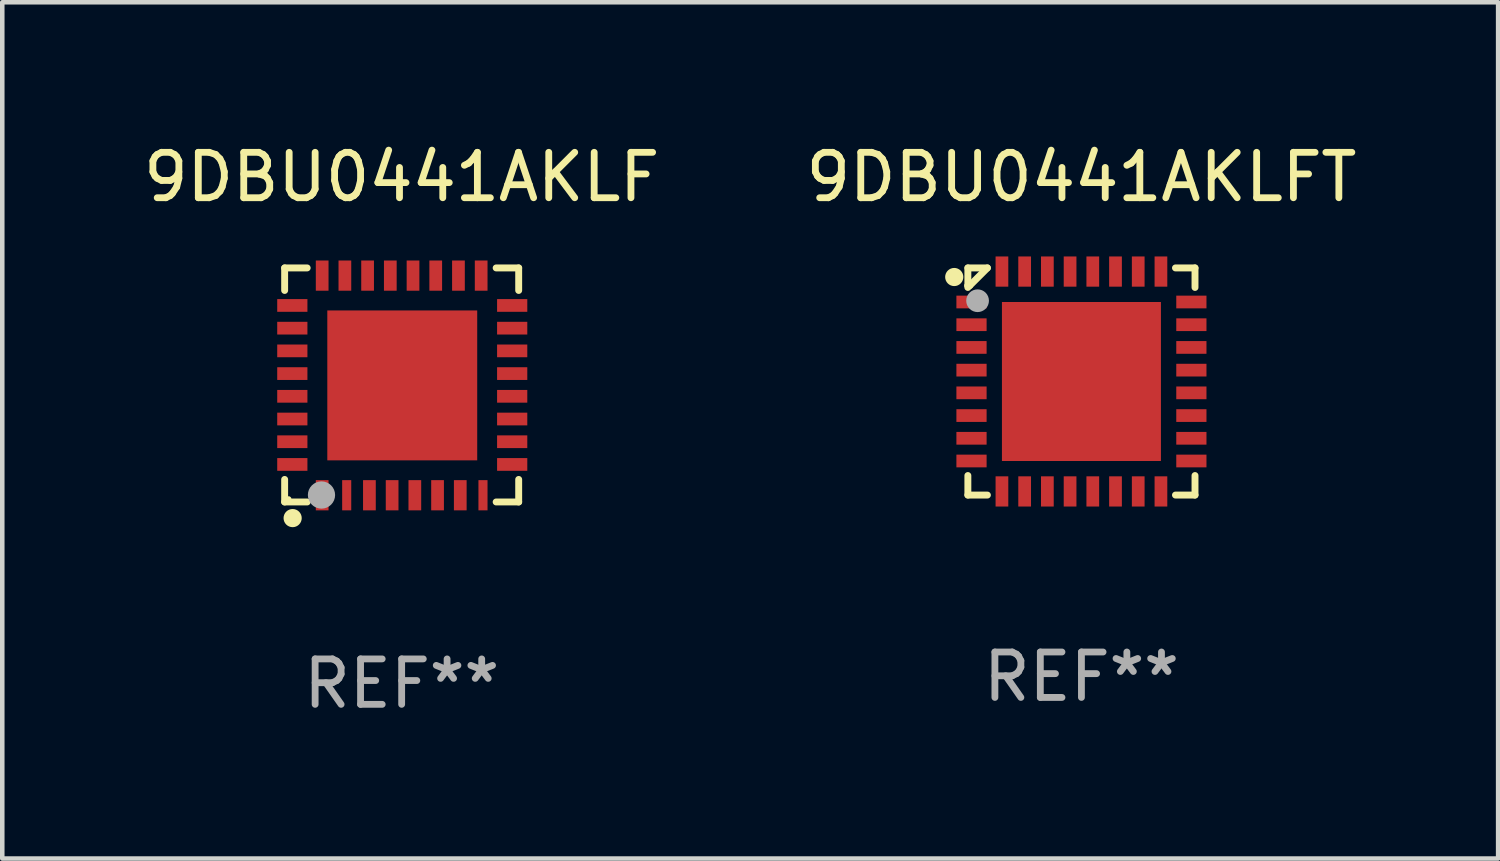
<source format=kicad_pcb>
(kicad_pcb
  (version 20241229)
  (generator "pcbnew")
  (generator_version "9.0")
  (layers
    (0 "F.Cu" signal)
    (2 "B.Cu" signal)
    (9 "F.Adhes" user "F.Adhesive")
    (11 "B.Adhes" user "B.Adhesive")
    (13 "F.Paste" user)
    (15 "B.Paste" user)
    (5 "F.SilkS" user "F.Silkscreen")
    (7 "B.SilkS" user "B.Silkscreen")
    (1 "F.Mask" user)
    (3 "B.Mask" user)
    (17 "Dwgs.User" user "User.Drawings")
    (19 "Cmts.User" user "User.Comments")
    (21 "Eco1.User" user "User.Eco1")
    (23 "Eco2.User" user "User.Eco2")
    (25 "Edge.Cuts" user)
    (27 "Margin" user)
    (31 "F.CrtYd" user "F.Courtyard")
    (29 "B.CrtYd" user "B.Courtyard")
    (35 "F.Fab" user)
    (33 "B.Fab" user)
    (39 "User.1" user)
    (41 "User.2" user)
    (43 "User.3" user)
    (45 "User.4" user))
  (footprint "9DBU0441AKLFT"
    (layer "F.Cu")
    (at 20.756 5.348)
    (property "Reference" "9DBU0441AKLFT" (at 0 -4.5 0) (layer "F.SilkS") (effects (font (size 1 1) (thickness 0.15))))
    (attr through_hole)
    (fp_line (start -2.5 -2.5) (end -2.07 -2.5) (stroke (width 0.152) (type solid)) (layer "F.SilkS"))
    (fp_line (start -2.5 -2.11) (end -2.5 -2.5) (stroke (width 0.152) (type solid)) (layer "F.SilkS"))
    (fp_line (start -2.5 -2.11) (end -2.5 -2.07) (stroke (width 0.152) (type solid)) (layer "F.SilkS"))
    (fp_line (start -2.5 -2.11) (end -2.46 -2.11) (stroke (width 0.152) (type solid)) (layer "F.SilkS"))
    (fp_line (start -2.5 2.5) (end -2.5 2.07) (stroke (width 0.152) (type solid)) (layer "F.SilkS"))
    (fp_line (start -2.46 -2.11) (end -2.07 -2.5) (stroke (width 0.152) (type solid)) (layer "F.SilkS"))
    (fp_line (start -2.07 2.5) (end -2.5 2.5) (stroke (width 0.152) (type solid)) (layer "F.SilkS"))
    (fp_line (start 2.07 -2.5) (end 2.5 -2.5) (stroke (width 0.152) (type solid)) (layer "F.SilkS"))
    (fp_line (start 2.5 -2.5) (end 2.5 -2.07) (stroke (width 0.152) (type solid)) (layer "F.SilkS"))
    (fp_line (start 2.5 2.07) (end 2.5 2.5) (stroke (width 0.152) (type solid)) (layer "F.SilkS"))
    (fp_line (start 2.5 2.5) (end 2.07 2.5) (stroke (width 0.152) (type solid)) (layer "F.SilkS"))
    (fp_circle (center -2.8 -2.3) (end -2.7 -2.3) (stroke (width 0.2) (type solid)) (fill no) (layer "F.SilkS"))
    (fp_circle (center -2.5 -2.5) (end -2.47 -2.5) (stroke (width 0.06) (type solid)) (fill no) (layer "F.SilkS"))
    (fp_circle (center -2.286 -1.778) (end -2.161 -1.778) (stroke (width 0.25) (type solid)) (fill no) (layer "F.Fab"))
    (fp_text user "REF**" (at 0 6.5 0) (layer "F.Fab") (effects (font (size 1 1) (thickness 0.15))))
    (pad "1" smd rect (at -2.42 -1.75 270) (size 0.28 0.665) (layers "F.Cu" "F.Mask" "F.Paste"))
    (pad "2" smd rect (at -2.42 -1.25 270) (size 0.28 0.665) (layers "F.Cu" "F.Mask" "F.Paste"))
    (pad "3" smd rect (at -2.42 -0.75 270) (size 0.28 0.665) (layers "F.Cu" "F.Mask" "F.Paste"))
    (pad "4" smd rect (at -2.42 -0.25 270) (size 0.28 0.665) (layers "F.Cu" "F.Mask" "F.Paste"))
    (pad "5" smd rect (at -2.42 0.25 270) (size 0.28 0.665) (layers "F.Cu" "F.Mask" "F.Paste"))
    (pad "6" smd rect (at -2.42 0.75 270) (size 0.28 0.665) (layers "F.Cu" "F.Mask" "F.Paste"))
    (pad "7" smd rect (at -2.42 1.25 270) (size 0.28 0.665) (layers "F.Cu" "F.Mask" "F.Paste"))
    (pad "8" smd rect (at -2.42 1.75 270) (size 0.28 0.665) (layers "F.Cu" "F.Mask" "F.Paste"))
    (pad "9" smd rect (at -1.75 2.42 270) (size 0.665 0.28) (layers "F.Cu" "F.Mask" "F.Paste"))
    (pad "10" smd rect (at -1.25 2.42 270) (size 0.665 0.28) (layers "F.Cu" "F.Mask" "F.Paste"))
    (pad "11" smd rect (at -0.75 2.42 270) (size 0.665 0.28) (layers "F.Cu" "F.Mask" "F.Paste"))
    (pad "12" smd rect (at -0.25 2.42 270) (size 0.665 0.28) (layers "F.Cu" "F.Mask" "F.Paste"))
    (pad "13" smd rect (at 0.25 2.42 270) (size 0.665 0.28) (layers "F.Cu" "F.Mask" "F.Paste"))
    (pad "14" smd rect (at 0.75 2.42 270) (size 0.665 0.28) (layers "F.Cu" "F.Mask" "F.Paste"))
    (pad "15" smd rect (at 1.25 2.42 270) (size 0.665 0.28) (layers "F.Cu" "F.Mask" "F.Paste"))
    (pad "16" smd rect (at 1.75 2.42 270) (size 0.665 0.28) (layers "F.Cu" "F.Mask" "F.Paste"))
    (pad "17" smd rect (at 2.42 1.75 270) (size 0.28 0.665) (layers "F.Cu" "F.Mask" "F.Paste"))
    (pad "18" smd rect (at 2.42 1.25 270) (size 0.28 0.665) (layers "F.Cu" "F.Mask" "F.Paste"))
    (pad "19" smd rect (at 2.42 0.75 270) (size 0.28 0.665) (layers "F.Cu" "F.Mask" "F.Paste"))
    (pad "20" smd rect (at 2.42 0.25 270) (size 0.28 0.665) (layers "F.Cu" "F.Mask" "F.Paste"))
    (pad "21" smd rect (at 2.42 -0.25 270) (size 0.28 0.665) (layers "F.Cu" "F.Mask" "F.Paste"))
    (pad "22" smd rect (at 2.42 -0.75 270) (size 0.28 0.665) (layers "F.Cu" "F.Mask" "F.Paste"))
    (pad "23" smd rect (at 2.42 -1.25 270) (size 0.28 0.665) (layers "F.Cu" "F.Mask" "F.Paste"))
    (pad "24" smd rect (at 2.42 -1.75 270) (size 0.28 0.665) (layers "F.Cu" "F.Mask" "F.Paste"))
    (pad "25" smd rect (at 1.75 -2.42 270) (size 0.665 0.28) (layers "F.Cu" "F.Mask" "F.Paste"))
    (pad "26" smd rect (at 1.25 -2.42 270) (size 0.665 0.28) (layers "F.Cu" "F.Mask" "F.Paste"))
    (pad "27" smd rect (at 0.75 -2.42 270) (size 0.665 0.28) (layers "F.Cu" "F.Mask" "F.Paste"))
    (pad "28" smd rect (at 0.25 -2.42 270) (size 0.665 0.28) (layers "F.Cu" "F.Mask" "F.Paste"))
    (pad "29" smd rect (at -0.25 -2.42 270) (size 0.665 0.28) (layers "F.Cu" "F.Mask" "F.Paste"))
    (pad "30" smd rect (at -0.75 -2.42 270) (size 0.665 0.28) (layers "F.Cu" "F.Mask" "F.Paste"))
    (pad "31" smd rect (at -1.25 -2.42 270) (size 0.665 0.28) (layers "F.Cu" "F.Mask" "F.Paste"))
    (pad "32" smd rect (at -1.75 -2.42 270) (size 0.665 0.28) (layers "F.Cu" "F.Mask" "F.Paste"))
    (pad "33" smd rect (at 0 0 270) (size 3.5 3.5) (layers "F.Cu" "F.Mask" "F.Paste")))
  (footprint "9DBU0441AKLF"
    (layer "F.Cu")
    (at 5.792 5.424)
    (property "Reference" "9DBU0441AKLF" (at 0 -4.576 0) (layer "F.SilkS") (effects (font (size 1 1) (thickness 0.15))))
    (attr through_hole)
    (fp_line (start -2.576 -2.576) (end -2.576 -2.08) (stroke (width 0.152) (type solid)) (layer "F.SilkS"))
    (fp_line (start -2.576 2.576) (end -2.576 2.08) (stroke (width 0.152) (type solid)) (layer "F.SilkS"))
    (fp_line (start -2.08 -2.576) (end -2.576 -2.576) (stroke (width 0.152) (type solid)) (layer "F.SilkS"))
    (fp_line (start -2.08 2.576) (end -2.576 2.576) (stroke (width 0.152) (type solid)) (layer "F.SilkS"))
    (fp_line (start 2.08 -2.576) (end 2.576 -2.576) (stroke (width 0.152) (type solid)) (layer "F.SilkS"))
    (fp_line (start 2.08 2.576) (end 2.576 2.576) (stroke (width 0.152) (type solid)) (layer "F.SilkS"))
    (fp_line (start 2.576 -2.576) (end 2.576 -2.08) (stroke (width 0.152) (type solid)) (layer "F.SilkS"))
    (fp_line (start 2.576 2.576) (end 2.576 2.08) (stroke (width 0.152) (type solid)) (layer "F.SilkS"))
    (fp_circle (center -2.487 2.51) (end -2.457 2.51) (stroke (width 0.06) (type solid)) (fill no) (layer "F.SilkS"))
    (fp_circle (center -2.4 2.931) (end -2.3 2.931) (stroke (width 0.2) (type solid)) (fill no) (layer "F.SilkS"))
    (fp_circle (center -1.765 2.423) (end -1.615 2.423) (stroke (width 0.3) (type solid)) (fill no) (layer "F.Fab"))
    (fp_text user "REF**" (at 0 6.576 0) (layer "F.Fab") (effects (font (size 1 1) (thickness 0.15))))
    (pad "1" smd rect (at -1.75 2.428) (size 0.28 0.665) (layers "F.Cu" "F.Mask" "F.Paste"))
    (pad "2" smd rect (at -1.21 2.428) (size 0.2 0.665) (layers "F.Cu" "F.Mask" "F.Paste"))
    (pad "3" smd rect (at -0.71 2.428) (size 0.28 0.665) (layers "F.Cu" "F.Mask" "F.Paste"))
    (pad "4" smd rect (at -0.21 2.428) (size 0.28 0.665) (layers "F.Cu" "F.Mask" "F.Paste"))
    (pad "5" smd rect (at 0.29 2.428) (size 0.28 0.665) (layers "F.Cu" "F.Mask" "F.Paste"))
    (pad "6" smd rect (at 0.79 2.428) (size 0.28 0.665) (layers "F.Cu" "F.Mask" "F.Paste"))
    (pad "7" smd rect (at 1.29 2.428) (size 0.28 0.665) (layers "F.Cu" "F.Mask" "F.Paste"))
    (pad "8" smd rect (at 1.79 2.428) (size 0.2 0.665) (layers "F.Cu" "F.Mask" "F.Paste"))
    (pad "9" smd rect (at 2.433 1.75) (size 0.665 0.28) (layers "F.Cu" "F.Mask" "F.Paste"))
    (pad "10" smd rect (at 2.433 1.25) (size 0.665 0.28) (layers "F.Cu" "F.Mask" "F.Paste"))
    (pad "11" smd rect (at 2.433 0.75) (size 0.665 0.28) (layers "F.Cu" "F.Mask" "F.Paste"))
    (pad "12" smd rect (at 2.433 0.25) (size 0.665 0.28) (layers "F.Cu" "F.Mask" "F.Paste"))
    (pad "13" smd rect (at 2.433 -0.25) (size 0.665 0.28) (layers "F.Cu" "F.Mask" "F.Paste"))
    (pad "14" smd rect (at 2.433 -0.75) (size 0.665 0.28) (layers "F.Cu" "F.Mask" "F.Paste"))
    (pad "15" smd rect (at 2.433 -1.25) (size 0.665 0.28) (layers "F.Cu" "F.Mask" "F.Paste"))
    (pad "16" smd rect (at 2.433 -1.75) (size 0.665 0.28) (layers "F.Cu" "F.Mask" "F.Paste"))
    (pad "17" smd rect (at 1.75 -2.407) (size 0.28 0.665) (layers "F.Cu" "F.Mask" "F.Paste"))
    (pad "18" smd rect (at 1.25 -2.407) (size 0.28 0.665) (layers "F.Cu" "F.Mask" "F.Paste"))
    (pad "19" smd rect (at 0.75 -2.407) (size 0.28 0.665) (layers "F.Cu" "F.Mask" "F.Paste"))
    (pad "20" smd rect (at 0.25 -2.407) (size 0.28 0.665) (layers "F.Cu" "F.Mask" "F.Paste"))
    (pad "21" smd rect (at -0.25 -2.407) (size 0.28 0.665) (layers "F.Cu" "F.Mask" "F.Paste"))
    (pad "22" smd rect (at -0.75 -2.407) (size 0.28 0.665) (layers "F.Cu" "F.Mask" "F.Paste"))
    (pad "23" smd rect (at -1.25 -2.407) (size 0.28 0.665) (layers "F.Cu" "F.Mask" "F.Paste"))
    (pad "24" smd rect (at -1.75 -2.407) (size 0.28 0.665) (layers "F.Cu" "F.Mask" "F.Paste"))
    (pad "25" smd rect (at -2.407 -1.75) (size 0.665 0.28) (layers "F.Cu" "F.Mask" "F.Paste"))
    (pad "26" smd rect (at -2.407 -1.25) (size 0.665 0.28) (layers "F.Cu" "F.Mask" "F.Paste"))
    (pad "27" smd rect (at -2.407 -0.75) (size 0.665 0.28) (layers "F.Cu" "F.Mask" "F.Paste"))
    (pad "28" smd rect (at -2.407 -0.25) (size 0.665 0.28) (layers "F.Cu" "F.Mask" "F.Paste"))
    (pad "29" smd rect (at -2.407 0.25) (size 0.665 0.28) (layers "F.Cu" "F.Mask" "F.Paste"))
    (pad "30" smd rect (at -2.407 0.75) (size 0.665 0.28) (layers "F.Cu" "F.Mask" "F.Paste"))
    (pad "31" smd rect (at -2.407 1.25) (size 0.665 0.28) (layers "F.Cu" "F.Mask" "F.Paste"))
    (pad "32" smd rect (at -2.407 1.75) (size 0.665 0.28) (layers "F.Cu" "F.Mask" "F.Paste"))
    (pad "33" smd rect (at 0.013 0.01) (size 3.3 3.3) (layers "F.Cu" "F.Mask" "F.Paste")))
  (gr_rect
    (start -3 -3)
    (end 29.929 15.849)
    (stroke (width 0.1) (type default))
    (fill no)
    (layer "Edge.Cuts")))
</source>
